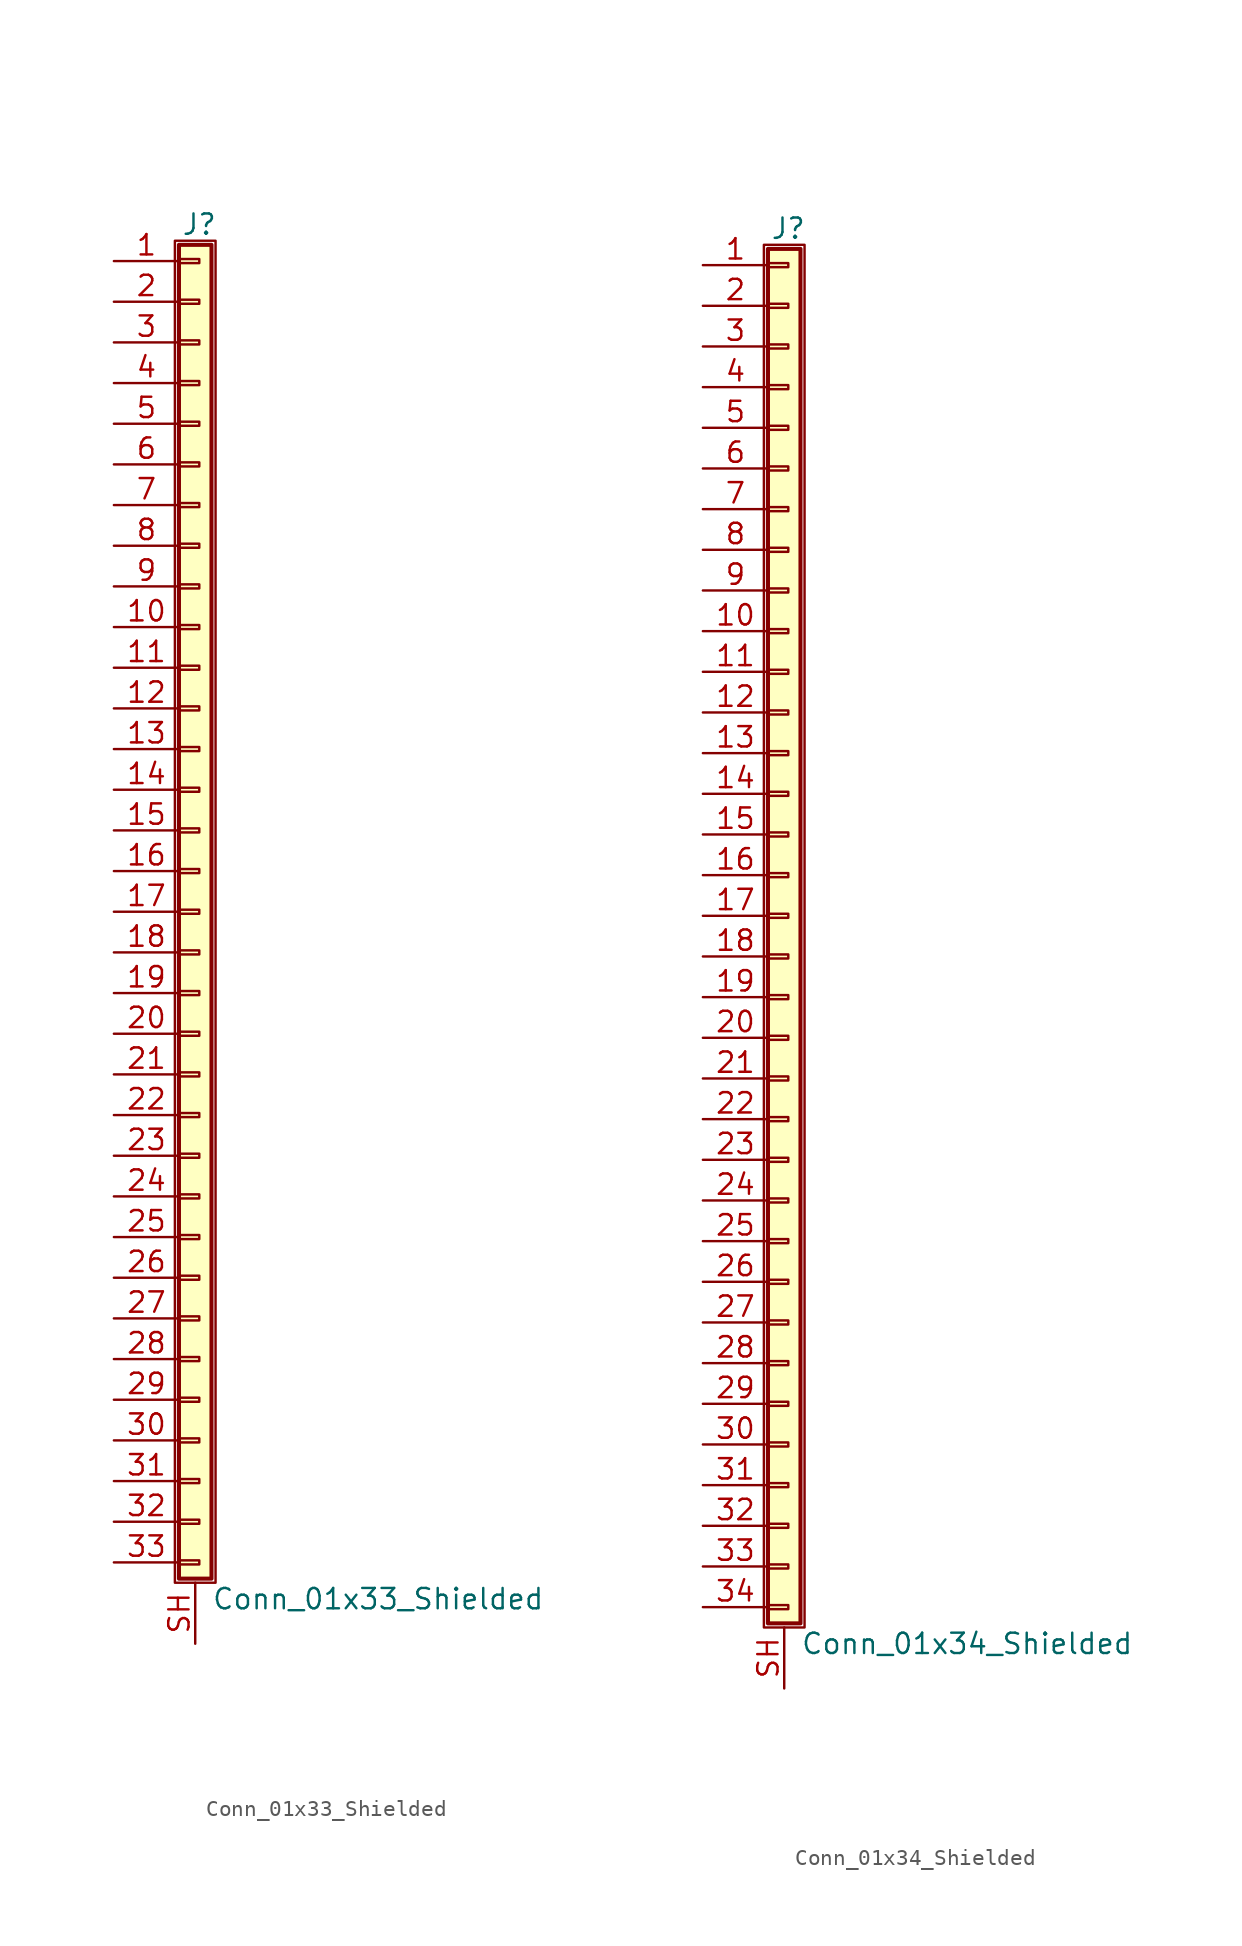
<source format=kicad_sym>
(kicad_symbol_lib
  (version 20211014)
  (generator kicad_symbol_editor)
  (symbol "Conn_01x33_Shielded"
    (pin_names
      (offset 1.016) hide)
    (property "Reference" "J"
      (at 0.254 42.926 0)
      (effects (font (size 1.27 1.27))))
    (property "Value" "Conn_01x33_Shielded"
      (at 1.016 -42.926 0)
      (effects (font (size 1.27 1.27)) (justify left)))
    (symbol "Conn_01x33_Shielded_1_1"
      (rectangle (start -1.27 41.91) (end 1.27 -41.91) (stroke (width 0.152) (type default) (color 0 0 0 0)) (fill (type none)))
      (rectangle (start -1.016 -40.513) (end 0.254 -40.767) (stroke (width 0.152) (type default) (color 0 0 0 0)) (fill (type none)))
      (rectangle (start -1.016 -37.973) (end 0.254 -38.227) (stroke (width 0.152) (type default) (color 0 0 0 0)) (fill (type none)))
      (rectangle (start -1.016 -35.433) (end 0.254 -35.687) (stroke (width 0.152) (type default) (color 0 0 0 0)) (fill (type none)))
      (rectangle (start -1.016 -32.893) (end 0.254 -33.147) (stroke (width 0.152) (type default) (color 0 0 0 0)) (fill (type none)))
      (rectangle (start -1.016 -30.353) (end 0.254 -30.607) (stroke (width 0.152) (type default) (color 0 0 0 0)) (fill (type none)))
      (rectangle (start -1.016 -27.813) (end 0.254 -28.067) (stroke (width 0.152) (type default) (color 0 0 0 0)) (fill (type none)))
      (rectangle (start -1.016 -25.273) (end 0.254 -25.527) (stroke (width 0.152) (type default) (color 0 0 0 0)) (fill (type none)))
      (rectangle (start -1.016 -22.733) (end 0.254 -22.987) (stroke (width 0.152) (type default) (color 0 0 0 0)) (fill (type none)))
      (rectangle (start -1.016 -20.193) (end 0.254 -20.447) (stroke (width 0.152) (type default) (color 0 0 0 0)) (fill (type none)))
      (rectangle (start -1.016 -17.653) (end 0.254 -17.907) (stroke (width 0.152) (type default) (color 0 0 0 0)) (fill (type none)))
      (rectangle (start -1.016 -15.113) (end 0.254 -15.367) (stroke (width 0.152) (type default) (color 0 0 0 0)) (fill (type none)))
      (rectangle (start -1.016 -12.573) (end 0.254 -12.827) (stroke (width 0.152) (type default) (color 0 0 0 0)) (fill (type none)))
      (rectangle (start -1.016 -10.033) (end 0.254 -10.287) (stroke (width 0.152) (type default) (color 0 0 0 0)) (fill (type none)))
      (rectangle (start -1.016 -7.493) (end 0.254 -7.747) (stroke (width 0.152) (type default) (color 0 0 0 0)) (fill (type none)))
      (rectangle (start -1.016 -4.953) (end 0.254 -5.207) (stroke (width 0.152) (type default) (color 0 0 0 0)) (fill (type none)))
      (rectangle (start -1.016 -2.413) (end 0.254 -2.667) (stroke (width 0.152) (type default) (color 0 0 0 0)) (fill (type none)))
      (rectangle (start -1.016 0.127) (end 0.254 -0.127) (stroke (width 0.152) (type default) (color 0 0 0 0)) (fill (type none)))
      (rectangle (start -1.016 2.667) (end 0.254 2.413) (stroke (width 0.152) (type default) (color 0 0 0 0)) (fill (type none)))
      (rectangle (start -1.016 5.207) (end 0.254 4.953) (stroke (width 0.152) (type default) (color 0 0 0 0)) (fill (type none)))
      (rectangle (start -1.016 7.747) (end 0.254 7.493) (stroke (width 0.152) (type default) (color 0 0 0 0)) (fill (type none)))
      (rectangle (start -1.016 10.287) (end 0.254 10.033) (stroke (width 0.152) (type default) (color 0 0 0 0)) (fill (type none)))
      (rectangle (start -1.016 12.827) (end 0.254 12.573) (stroke (width 0.152) (type default) (color 0 0 0 0)) (fill (type none)))
      (rectangle (start -1.016 15.367) (end 0.254 15.113) (stroke (width 0.152) (type default) (color 0 0 0 0)) (fill (type none)))
      (rectangle (start -1.016 17.907) (end 0.254 17.653) (stroke (width 0.152) (type default) (color 0 0 0 0)) (fill (type none)))
      (rectangle (start -1.016 20.447) (end 0.254 20.193) (stroke (width 0.152) (type default) (color 0 0 0 0)) (fill (type none)))
      (rectangle (start -1.016 22.987) (end 0.254 22.733) (stroke (width 0.152) (type default) (color 0 0 0 0)) (fill (type none)))
      (rectangle (start -1.016 25.527) (end 0.254 25.273) (stroke (width 0.152) (type default) (color 0 0 0 0)) (fill (type none)))
      (rectangle (start -1.016 28.067) (end 0.254 27.813) (stroke (width 0.152) (type default) (color 0 0 0 0)) (fill (type none)))
      (rectangle (start -1.016 30.607) (end 0.254 30.353) (stroke (width 0.152) (type default) (color 0 0 0 0)) (fill (type none)))
      (rectangle (start -1.016 33.147) (end 0.254 32.893) (stroke (width 0.152) (type default) (color 0 0 0 0)) (fill (type none)))
      (rectangle (start -1.016 35.687) (end 0.254 35.433) (stroke (width 0.152) (type default) (color 0 0 0 0)) (fill (type none)))
      (rectangle (start -1.016 38.227) (end 0.254 37.973) (stroke (width 0.152) (type default) (color 0 0 0 0)) (fill (type none)))
      (rectangle (start -1.016 40.767) (end 0.254 40.513) (stroke (width 0.152) (type default) (color 0 0 0 0)) (fill (type none)))
      (rectangle (start -1.016 41.656) (end 1.016 -41.656) (stroke (width 0.254) (type default) (color 0 0 0 0)) (fill (type background)))
      (pin passive line (at -5.08 40.64 0) (length 4.064) (name "Pin_1" (effects (font (size 1.27 1.27)))) (number "1" (effects (font (size 1.27 1.27)))))
      (pin passive line (at -5.08 17.78 0) (length 4.064) (name "Pin_10" (effects (font (size 1.27 1.27)))) (number "10" (effects (font (size 1.27 1.27)))))
      (pin passive line (at -5.08 15.24 0) (length 4.064) (name "Pin_11" (effects (font (size 1.27 1.27)))) (number "11" (effects (font (size 1.27 1.27)))))
      (pin passive line (at -5.08 12.7 0) (length 4.064) (name "Pin_12" (effects (font (size 1.27 1.27)))) (number "12" (effects (font (size 1.27 1.27)))))
      (pin passive line (at -5.08 10.16 0) (length 4.064) (name "Pin_13" (effects (font (size 1.27 1.27)))) (number "13" (effects (font (size 1.27 1.27)))))
      (pin passive line (at -5.08 7.62 0) (length 4.064) (name "Pin_14" (effects (font (size 1.27 1.27)))) (number "14" (effects (font (size 1.27 1.27)))))
      (pin passive line (at -5.08 5.08 0) (length 4.064) (name "Pin_15" (effects (font (size 1.27 1.27)))) (number "15" (effects (font (size 1.27 1.27)))))
      (pin passive line (at -5.08 2.54 0) (length 4.064) (name "Pin_16" (effects (font (size 1.27 1.27)))) (number "16" (effects (font (size 1.27 1.27)))))
      (pin passive line (at -5.08 0 0) (length 4.064) (name "Pin_17" (effects (font (size 1.27 1.27)))) (number "17" (effects (font (size 1.27 1.27)))))
      (pin passive line (at -5.08 -2.54 0) (length 4.064) (name "Pin_18" (effects (font (size 1.27 1.27)))) (number "18" (effects (font (size 1.27 1.27)))))
      (pin passive line (at -5.08 -5.08 0) (length 4.064) (name "Pin_19" (effects (font (size 1.27 1.27)))) (number "19" (effects (font (size 1.27 1.27)))))
      (pin passive line (at -5.08 38.1 0) (length 4.064) (name "Pin_2" (effects (font (size 1.27 1.27)))) (number "2" (effects (font (size 1.27 1.27)))))
      (pin passive line (at -5.08 -7.62 0) (length 4.064) (name "Pin_20" (effects (font (size 1.27 1.27)))) (number "20" (effects (font (size 1.27 1.27)))))
      (pin passive line (at -5.08 -10.16 0) (length 4.064) (name "Pin_21" (effects (font (size 1.27 1.27)))) (number "21" (effects (font (size 1.27 1.27)))))
      (pin passive line (at -5.08 -12.7 0) (length 4.064) (name "Pin_22" (effects (font (size 1.27 1.27)))) (number "22" (effects (font (size 1.27 1.27)))))
      (pin passive line (at -5.08 -15.24 0) (length 4.064) (name "Pin_23" (effects (font (size 1.27 1.27)))) (number "23" (effects (font (size 1.27 1.27)))))
      (pin passive line (at -5.08 -17.78 0) (length 4.064) (name "Pin_24" (effects (font (size 1.27 1.27)))) (number "24" (effects (font (size 1.27 1.27)))))
      (pin passive line (at -5.08 -20.32 0) (length 4.064) (name "Pin_25" (effects (font (size 1.27 1.27)))) (number "25" (effects (font (size 1.27 1.27)))))
      (pin passive line (at -5.08 -22.86 0) (length 4.064) (name "Pin_26" (effects (font (size 1.27 1.27)))) (number "26" (effects (font (size 1.27 1.27)))))
      (pin passive line (at -5.08 -25.4 0) (length 4.064) (name "Pin_27" (effects (font (size 1.27 1.27)))) (number "27" (effects (font (size 1.27 1.27)))))
      (pin passive line (at -5.08 -27.94 0) (length 4.064) (name "Pin_28" (effects (font (size 1.27 1.27)))) (number "28" (effects (font (size 1.27 1.27)))))
      (pin passive line (at -5.08 -30.48 0) (length 4.064) (name "Pin_29" (effects (font (size 1.27 1.27)))) (number "29" (effects (font (size 1.27 1.27)))))
      (pin passive line (at -5.08 35.56 0) (length 4.064) (name "Pin_3" (effects (font (size 1.27 1.27)))) (number "3" (effects (font (size 1.27 1.27)))))
      (pin passive line (at -5.08 -33.02 0) (length 4.064) (name "Pin_30" (effects (font (size 1.27 1.27)))) (number "30" (effects (font (size 1.27 1.27)))))
      (pin passive line (at -5.08 -35.56 0) (length 4.064) (name "Pin_31" (effects (font (size 1.27 1.27)))) (number "31" (effects (font (size 1.27 1.27)))))
      (pin passive line (at -5.08 -38.1 0) (length 4.064) (name "Pin_32" (effects (font (size 1.27 1.27)))) (number "32" (effects (font (size 1.27 1.27)))))
      (pin passive line (at -5.08 -40.64 0) (length 4.064) (name "Pin_33" (effects (font (size 1.27 1.27)))) (number "33" (effects (font (size 1.27 1.27)))))
      (pin passive line (at -5.08 33.02 0) (length 4.064) (name "Pin_4" (effects (font (size 1.27 1.27)))) (number "4" (effects (font (size 1.27 1.27)))))
      (pin passive line (at -5.08 30.48 0) (length 4.064) (name "Pin_5" (effects (font (size 1.27 1.27)))) (number "5" (effects (font (size 1.27 1.27)))))
      (pin passive line (at -5.08 27.94 0) (length 4.064) (name "Pin_6" (effects (font (size 1.27 1.27)))) (number "6" (effects (font (size 1.27 1.27)))))
      (pin passive line (at -5.08 25.4 0) (length 4.064) (name "Pin_7" (effects (font (size 1.27 1.27)))) (number "7" (effects (font (size 1.27 1.27)))))
      (pin passive line (at -5.08 22.86 0) (length 4.064) (name "Pin_8" (effects (font (size 1.27 1.27)))) (number "8" (effects (font (size 1.27 1.27)))))
      (pin passive line (at -5.08 20.32 0) (length 4.064) (name "Pin_9" (effects (font (size 1.27 1.27)))) (number "9" (effects (font (size 1.27 1.27)))))
      (pin passive line (at 0 -45.72 90) (length 3.81) (name "Shield" (effects (font (size 1.27 1.27)))) (number "SH" (effects (font (size 1.27 1.27)))))))
  (symbol "Conn_01x34_Shielded"
    (pin_names
      (offset 1.016) hide)
    (property "Reference" "J"
      (at 0.254 42.926 0)
      (effects (font (size 1.27 1.27))))
    (property "Value" "Conn_01x34_Shielded"
      (at 1.016 -45.466 0)
      (effects (font (size 1.27 1.27)) (justify left)))
    (symbol "Conn_01x34_Shielded_1_1"
      (rectangle (start -1.27 41.91) (end 1.27 -44.45) (stroke (width 0.152) (type default) (color 0 0 0 0)) (fill (type none)))
      (rectangle (start -1.016 -43.053) (end 0.254 -43.307) (stroke (width 0.152) (type default) (color 0 0 0 0)) (fill (type none)))
      (rectangle (start -1.016 -40.513) (end 0.254 -40.767) (stroke (width 0.152) (type default) (color 0 0 0 0)) (fill (type none)))
      (rectangle (start -1.016 -37.973) (end 0.254 -38.227) (stroke (width 0.152) (type default) (color 0 0 0 0)) (fill (type none)))
      (rectangle (start -1.016 -35.433) (end 0.254 -35.687) (stroke (width 0.152) (type default) (color 0 0 0 0)) (fill (type none)))
      (rectangle (start -1.016 -32.893) (end 0.254 -33.147) (stroke (width 0.152) (type default) (color 0 0 0 0)) (fill (type none)))
      (rectangle (start -1.016 -30.353) (end 0.254 -30.607) (stroke (width 0.152) (type default) (color 0 0 0 0)) (fill (type none)))
      (rectangle (start -1.016 -27.813) (end 0.254 -28.067) (stroke (width 0.152) (type default) (color 0 0 0 0)) (fill (type none)))
      (rectangle (start -1.016 -25.273) (end 0.254 -25.527) (stroke (width 0.152) (type default) (color 0 0 0 0)) (fill (type none)))
      (rectangle (start -1.016 -22.733) (end 0.254 -22.987) (stroke (width 0.152) (type default) (color 0 0 0 0)) (fill (type none)))
      (rectangle (start -1.016 -20.193) (end 0.254 -20.447) (stroke (width 0.152) (type default) (color 0 0 0 0)) (fill (type none)))
      (rectangle (start -1.016 -17.653) (end 0.254 -17.907) (stroke (width 0.152) (type default) (color 0 0 0 0)) (fill (type none)))
      (rectangle (start -1.016 -15.113) (end 0.254 -15.367) (stroke (width 0.152) (type default) (color 0 0 0 0)) (fill (type none)))
      (rectangle (start -1.016 -12.573) (end 0.254 -12.827) (stroke (width 0.152) (type default) (color 0 0 0 0)) (fill (type none)))
      (rectangle (start -1.016 -10.033) (end 0.254 -10.287) (stroke (width 0.152) (type default) (color 0 0 0 0)) (fill (type none)))
      (rectangle (start -1.016 -7.493) (end 0.254 -7.747) (stroke (width 0.152) (type default) (color 0 0 0 0)) (fill (type none)))
      (rectangle (start -1.016 -4.953) (end 0.254 -5.207) (stroke (width 0.152) (type default) (color 0 0 0 0)) (fill (type none)))
      (rectangle (start -1.016 -2.413) (end 0.254 -2.667) (stroke (width 0.152) (type default) (color 0 0 0 0)) (fill (type none)))
      (rectangle (start -1.016 0.127) (end 0.254 -0.127) (stroke (width 0.152) (type default) (color 0 0 0 0)) (fill (type none)))
      (rectangle (start -1.016 2.667) (end 0.254 2.413) (stroke (width 0.152) (type default) (color 0 0 0 0)) (fill (type none)))
      (rectangle (start -1.016 5.207) (end 0.254 4.953) (stroke (width 0.152) (type default) (color 0 0 0 0)) (fill (type none)))
      (rectangle (start -1.016 7.747) (end 0.254 7.493) (stroke (width 0.152) (type default) (color 0 0 0 0)) (fill (type none)))
      (rectangle (start -1.016 10.287) (end 0.254 10.033) (stroke (width 0.152) (type default) (color 0 0 0 0)) (fill (type none)))
      (rectangle (start -1.016 12.827) (end 0.254 12.573) (stroke (width 0.152) (type default) (color 0 0 0 0)) (fill (type none)))
      (rectangle (start -1.016 15.367) (end 0.254 15.113) (stroke (width 0.152) (type default) (color 0 0 0 0)) (fill (type none)))
      (rectangle (start -1.016 17.907) (end 0.254 17.653) (stroke (width 0.152) (type default) (color 0 0 0 0)) (fill (type none)))
      (rectangle (start -1.016 20.447) (end 0.254 20.193) (stroke (width 0.152) (type default) (color 0 0 0 0)) (fill (type none)))
      (rectangle (start -1.016 22.987) (end 0.254 22.733) (stroke (width 0.152) (type default) (color 0 0 0 0)) (fill (type none)))
      (rectangle (start -1.016 25.527) (end 0.254 25.273) (stroke (width 0.152) (type default) (color 0 0 0 0)) (fill (type none)))
      (rectangle (start -1.016 28.067) (end 0.254 27.813) (stroke (width 0.152) (type default) (color 0 0 0 0)) (fill (type none)))
      (rectangle (start -1.016 30.607) (end 0.254 30.353) (stroke (width 0.152) (type default) (color 0 0 0 0)) (fill (type none)))
      (rectangle (start -1.016 33.147) (end 0.254 32.893) (stroke (width 0.152) (type default) (color 0 0 0 0)) (fill (type none)))
      (rectangle (start -1.016 35.687) (end 0.254 35.433) (stroke (width 0.152) (type default) (color 0 0 0 0)) (fill (type none)))
      (rectangle (start -1.016 38.227) (end 0.254 37.973) (stroke (width 0.152) (type default) (color 0 0 0 0)) (fill (type none)))
      (rectangle (start -1.016 40.767) (end 0.254 40.513) (stroke (width 0.152) (type default) (color 0 0 0 0)) (fill (type none)))
      (rectangle (start -1.016 41.656) (end 1.016 -44.196) (stroke (width 0.254) (type default) (color 0 0 0 0)) (fill (type background)))
      (pin passive line (at -5.08 40.64 0) (length 4.064) (name "Pin_1" (effects (font (size 1.27 1.27)))) (number "1" (effects (font (size 1.27 1.27)))))
      (pin passive line (at -5.08 17.78 0) (length 4.064) (name "Pin_10" (effects (font (size 1.27 1.27)))) (number "10" (effects (font (size 1.27 1.27)))))
      (pin passive line (at -5.08 15.24 0) (length 4.064) (name "Pin_11" (effects (font (size 1.27 1.27)))) (number "11" (effects (font (size 1.27 1.27)))))
      (pin passive line (at -5.08 12.7 0) (length 4.064) (name "Pin_12" (effects (font (size 1.27 1.27)))) (number "12" (effects (font (size 1.27 1.27)))))
      (pin passive line (at -5.08 10.16 0) (length 4.064) (name "Pin_13" (effects (font (size 1.27 1.27)))) (number "13" (effects (font (size 1.27 1.27)))))
      (pin passive line (at -5.08 7.62 0) (length 4.064) (name "Pin_14" (effects (font (size 1.27 1.27)))) (number "14" (effects (font (size 1.27 1.27)))))
      (pin passive line (at -5.08 5.08 0) (length 4.064) (name "Pin_15" (effects (font (size 1.27 1.27)))) (number "15" (effects (font (size 1.27 1.27)))))
      (pin passive line (at -5.08 2.54 0) (length 4.064) (name "Pin_16" (effects (font (size 1.27 1.27)))) (number "16" (effects (font (size 1.27 1.27)))))
      (pin passive line (at -5.08 0 0) (length 4.064) (name "Pin_17" (effects (font (size 1.27 1.27)))) (number "17" (effects (font (size 1.27 1.27)))))
      (pin passive line (at -5.08 -2.54 0) (length 4.064) (name "Pin_18" (effects (font (size 1.27 1.27)))) (number "18" (effects (font (size 1.27 1.27)))))
      (pin passive line (at -5.08 -5.08 0) (length 4.064) (name "Pin_19" (effects (font (size 1.27 1.27)))) (number "19" (effects (font (size 1.27 1.27)))))
      (pin passive line (at -5.08 38.1 0) (length 4.064) (name "Pin_2" (effects (font (size 1.27 1.27)))) (number "2" (effects (font (size 1.27 1.27)))))
      (pin passive line (at -5.08 -7.62 0) (length 4.064) (name "Pin_20" (effects (font (size 1.27 1.27)))) (number "20" (effects (font (size 1.27 1.27)))))
      (pin passive line (at -5.08 -10.16 0) (length 4.064) (name "Pin_21" (effects (font (size 1.27 1.27)))) (number "21" (effects (font (size 1.27 1.27)))))
      (pin passive line (at -5.08 -12.7 0) (length 4.064) (name "Pin_22" (effects (font (size 1.27 1.27)))) (number "22" (effects (font (size 1.27 1.27)))))
      (pin passive line (at -5.08 -15.24 0) (length 4.064) (name "Pin_23" (effects (font (size 1.27 1.27)))) (number "23" (effects (font (size 1.27 1.27)))))
      (pin passive line (at -5.08 -17.78 0) (length 4.064) (name "Pin_24" (effects (font (size 1.27 1.27)))) (number "24" (effects (font (size 1.27 1.27)))))
      (pin passive line (at -5.08 -20.32 0) (length 4.064) (name "Pin_25" (effects (font (size 1.27 1.27)))) (number "25" (effects (font (size 1.27 1.27)))))
      (pin passive line (at -5.08 -22.86 0) (length 4.064) (name "Pin_26" (effects (font (size 1.27 1.27)))) (number "26" (effects (font (size 1.27 1.27)))))
      (pin passive line (at -5.08 -25.4 0) (length 4.064) (name "Pin_27" (effects (font (size 1.27 1.27)))) (number "27" (effects (font (size 1.27 1.27)))))
      (pin passive line (at -5.08 -27.94 0) (length 4.064) (name "Pin_28" (effects (font (size 1.27 1.27)))) (number "28" (effects (font (size 1.27 1.27)))))
      (pin passive line (at -5.08 -30.48 0) (length 4.064) (name "Pin_29" (effects (font (size 1.27 1.27)))) (number "29" (effects (font (size 1.27 1.27)))))
      (pin passive line (at -5.08 35.56 0) (length 4.064) (name "Pin_3" (effects (font (size 1.27 1.27)))) (number "3" (effects (font (size 1.27 1.27)))))
      (pin passive line (at -5.08 -33.02 0) (length 4.064) (name "Pin_30" (effects (font (size 1.27 1.27)))) (number "30" (effects (font (size 1.27 1.27)))))
      (pin passive line (at -5.08 -35.56 0) (length 4.064) (name "Pin_31" (effects (font (size 1.27 1.27)))) (number "31" (effects (font (size 1.27 1.27)))))
      (pin passive line (at -5.08 -38.1 0) (length 4.064) (name "Pin_32" (effects (font (size 1.27 1.27)))) (number "32" (effects (font (size 1.27 1.27)))))
      (pin passive line (at -5.08 -40.64 0) (length 4.064) (name "Pin_33" (effects (font (size 1.27 1.27)))) (number "33" (effects (font (size 1.27 1.27)))))
      (pin passive line (at -5.08 -43.18 0) (length 4.064) (name "Pin_34" (effects (font (size 1.27 1.27)))) (number "34" (effects (font (size 1.27 1.27)))))
      (pin passive line (at -5.08 33.02 0) (length 4.064) (name "Pin_4" (effects (font (size 1.27 1.27)))) (number "4" (effects (font (size 1.27 1.27)))))
      (pin passive line (at -5.08 30.48 0) (length 4.064) (name "Pin_5" (effects (font (size 1.27 1.27)))) (number "5" (effects (font (size 1.27 1.27)))))
      (pin passive line (at -5.08 27.94 0) (length 4.064) (name "Pin_6" (effects (font (size 1.27 1.27)))) (number "6" (effects (font (size 1.27 1.27)))))
      (pin passive line (at -5.08 25.4 0) (length 4.064) (name "Pin_7" (effects (font (size 1.27 1.27)))) (number "7" (effects (font (size 1.27 1.27)))))
      (pin passive line (at -5.08 22.86 0) (length 4.064) (name "Pin_8" (effects (font (size 1.27 1.27)))) (number "8" (effects (font (size 1.27 1.27)))))
      (pin passive line (at -5.08 20.32 0) (length 4.064) (name "Pin_9" (effects (font (size 1.27 1.27)))) (number "9" (effects (font (size 1.27 1.27)))))
      (pin passive line (at 0 -48.26 90) (length 3.81) (name "Shield" (effects (font (size 1.27 1.27)))) (number "SH" (effects (font (size 1.27 1.27))))))))
</source>
